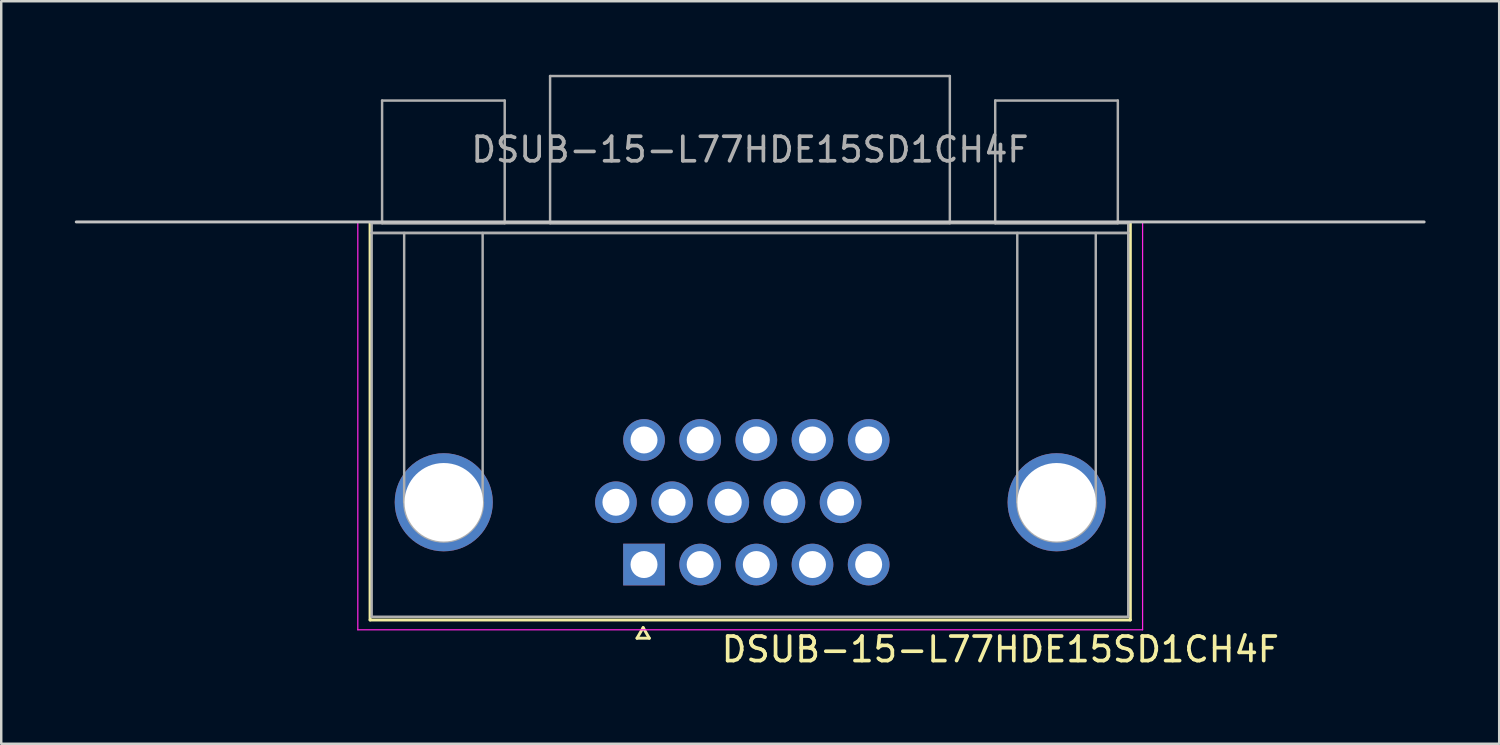
<source format=kicad_pcb>
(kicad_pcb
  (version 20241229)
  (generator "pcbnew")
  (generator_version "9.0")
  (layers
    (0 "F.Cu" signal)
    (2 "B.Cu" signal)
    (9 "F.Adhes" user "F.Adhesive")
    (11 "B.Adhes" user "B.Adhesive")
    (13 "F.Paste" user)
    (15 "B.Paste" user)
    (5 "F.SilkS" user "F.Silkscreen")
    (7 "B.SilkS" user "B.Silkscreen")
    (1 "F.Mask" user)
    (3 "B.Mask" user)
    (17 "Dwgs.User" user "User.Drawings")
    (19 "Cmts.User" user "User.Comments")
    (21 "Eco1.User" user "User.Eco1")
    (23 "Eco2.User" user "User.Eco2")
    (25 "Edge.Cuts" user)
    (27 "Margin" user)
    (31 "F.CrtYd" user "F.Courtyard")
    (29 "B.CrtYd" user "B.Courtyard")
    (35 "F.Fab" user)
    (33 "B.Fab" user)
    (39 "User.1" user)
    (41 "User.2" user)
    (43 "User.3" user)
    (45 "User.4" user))
  (footprint "DSUB-15-L77HDE15SD1CH4F"
    (layer "F.Cu")
    (at 27.54 6)
    (property "Reference" "DSUB-15-L77HDE15SD1CH4F" (at 10.2 17.43 180) (layer "F.SilkS") (effects (font (size 1 1) (thickness 0.15))))
    (attr through_hole)
    (fp_line (start -15.5 16.23) (end -15.5 0.03) (stroke (width 0.12) (type solid)) (layer "F.SilkS"))
    (fp_line (start -4.615 16.974) (end -4.365 16.541) (stroke (width 0.12) (type solid)) (layer "F.SilkS"))
    (fp_line (start -4.365 16.541) (end -4.115 16.974) (stroke (width 0.12) (type solid)) (layer "F.SilkS"))
    (fp_line (start -4.115 16.974) (end -4.615 16.974) (stroke (width 0.12) (type solid)) (layer "F.SilkS"))
    (fp_line (start 15.5 0.03) (end 15.5 16.23) (stroke (width 0.12) (type solid)) (layer "F.SilkS"))
    (fp_line (start 15.5 16.23) (end -15.5 16.23) (stroke (width 0.12) (type solid)) (layer "F.SilkS"))
    (fp_line (start 27.48 0) (end -27.48 0) (stroke (width 0.12) (type solid)) (layer "Dwgs.User"))
    (fp_line (start -16 0) (end -16 16.63) (stroke (width 0.05) (type solid)) (layer "F.CrtYd"))
    (fp_line (start -16 16.63) (end 16 16.63) (stroke (width 0.05) (type solid)) (layer "F.CrtYd"))
    (fp_line (start 16 0) (end -16 0) (stroke (width 0.05) (type solid)) (layer "F.CrtYd"))
    (fp_line (start 16 16.63) (end 16 0) (stroke (width 0.05) (type solid)) (layer "F.CrtYd"))
    (fp_line (start -15.435 0.05) (end -15.435 0.45) (stroke (width 0.1) (type solid)) (layer "F.Fab"))
    (fp_line (start -15.435 0.45) (end -15.435 16.1) (stroke (width 0.1) (type solid)) (layer "F.Fab"))
    (fp_line (start -15.435 0.45) (end 15.415 0.45) (stroke (width 0.1) (type solid)) (layer "F.Fab"))
    (fp_line (start -15.435 16.1) (end 15.415 16.1) (stroke (width 0.1) (type solid)) (layer "F.Fab"))
    (fp_line (start -15.01 -4.95) (end -15.01 0.05) (stroke (width 0.1) (type solid)) (layer "F.Fab"))
    (fp_line (start -15.01 0.05) (end -10.01 0.05) (stroke (width 0.1) (type solid)) (layer "F.Fab"))
    (fp_line (start -14.11 0.45) (end -14.11 11.43) (stroke (width 0.1) (type solid)) (layer "F.Fab"))
    (fp_line (start -10.91 0.45) (end -10.91 11.43) (stroke (width 0.1) (type solid)) (layer "F.Fab"))
    (fp_line (start -10.01 -4.95) (end -15.01 -4.95) (stroke (width 0.1) (type solid)) (layer "F.Fab"))
    (fp_line (start -10.01 0.05) (end -10.01 -4.95) (stroke (width 0.1) (type solid)) (layer "F.Fab"))
    (fp_line (start -8.16 -5.95) (end -8.16 0.05) (stroke (width 0.1) (type solid)) (layer "F.Fab"))
    (fp_line (start -8.16 0.05) (end 8.14 0.05) (stroke (width 0.1) (type solid)) (layer "F.Fab"))
    (fp_line (start 8.14 -5.95) (end -8.16 -5.95) (stroke (width 0.1) (type solid)) (layer "F.Fab"))
    (fp_line (start 8.14 0.05) (end 8.14 -5.95) (stroke (width 0.1) (type solid)) (layer "F.Fab"))
    (fp_line (start 9.99 -4.95) (end 9.99 0.05) (stroke (width 0.1) (type solid)) (layer "F.Fab"))
    (fp_line (start 9.99 0.05) (end 14.99 0.05) (stroke (width 0.1) (type solid)) (layer "F.Fab"))
    (fp_line (start 10.89 0.45) (end 10.89 11.43) (stroke (width 0.1) (type solid)) (layer "F.Fab"))
    (fp_line (start 14.09 0.45) (end 14.09 11.43) (stroke (width 0.1) (type solid)) (layer "F.Fab"))
    (fp_line (start 14.99 -4.95) (end 9.99 -4.95) (stroke (width 0.1) (type solid)) (layer "F.Fab"))
    (fp_line (start 14.99 0.05) (end 14.99 -4.95) (stroke (width 0.1) (type solid)) (layer "F.Fab"))
    (fp_line (start 15.415 0.05) (end -15.435 0.05) (stroke (width 0.1) (type solid)) (layer "F.Fab"))
    (fp_line (start 15.415 0.45) (end -15.435 0.45) (stroke (width 0.1) (type solid)) (layer "F.Fab"))
    (fp_line (start 15.415 0.45) (end 15.415 0.05) (stroke (width 0.1) (type solid)) (layer "F.Fab"))
    (fp_line (start 15.415 16.1) (end 15.415 0.45) (stroke (width 0.1) (type solid)) (layer "F.Fab"))
    (fp_arc (start -10.9 11.43) (mid -12.5 13.03) (end -14.1 11.43) (stroke (width 0.1) (type solid)) (layer "F.Fab"))
    (fp_arc (start 14.1 11.43) (mid 12.5 13.03) (end 10.9 11.43) (stroke (width 0.1) (type solid)) (layer "F.Fab"))
    (fp_text user "${REFERENCE}" (at -0.01 -2.95 180) (layer "F.Fab") (effects (font (size 1 1) (thickness 0.15))))
    (pad "0" thru_hole circle (at -12.495 11.43 180) (size 4 4) (drill 3.2) (layers "*.Cu" "*.Mask"))
    (pad "0" thru_hole circle (at 12.495 11.43 180) (size 4 4) (drill 3.2) (layers "*.Cu" "*.Mask"))
    (pad "1" thru_hole rect (at -4.33 13.97 180) (size 1.7 1.7) (drill 1.1) (layers "*.Cu" "*.Mask"))
    (pad "2" thru_hole circle (at -2.04 13.97 180) (size 1.7 1.7) (drill 1.1) (layers "*.Cu" "*.Mask"))
    (pad "3" thru_hole circle (at 0.25 13.97 180) (size 1.7 1.7) (drill 1.1) (layers "*.Cu" "*.Mask"))
    (pad "4" thru_hole circle (at 2.54 13.97 180) (size 1.7 1.7) (drill 1.1) (layers "*.Cu" "*.Mask"))
    (pad "5" thru_hole circle (at 4.83 13.97 180) (size 1.7 1.7) (drill 1.1) (layers "*.Cu" "*.Mask"))
    (pad "6" thru_hole circle (at -5.475 11.43 180) (size 1.7 1.7) (drill 1.1) (layers "*.Cu" "*.Mask"))
    (pad "7" thru_hole circle (at -3.185 11.43 180) (size 1.7 1.7) (drill 1.1) (layers "*.Cu" "*.Mask"))
    (pad "8" thru_hole circle (at -0.895 11.43 180) (size 1.7 1.7) (drill 1.1) (layers "*.Cu" "*.Mask"))
    (pad "9" thru_hole circle (at 1.395 11.43 180) (size 1.7 1.7) (drill 1.1) (layers "*.Cu" "*.Mask"))
    (pad "10" thru_hole circle (at 3.685 11.43 180) (size 1.7 1.7) (drill 1.1) (layers "*.Cu" "*.Mask"))
    (pad "11" thru_hole circle (at -4.33 8.89 180) (size 1.7 1.7) (drill 1.1) (layers "*.Cu" "*.Mask"))
    (pad "12" thru_hole circle (at -2.04 8.89 180) (size 1.7 1.7) (drill 1.1) (layers "*.Cu" "*.Mask"))
    (pad "13" thru_hole circle (at 0.25 8.89 180) (size 1.7 1.7) (drill 1.1) (layers "*.Cu" "*.Mask"))
    (pad "14" thru_hole circle (at 2.54 8.89 180) (size 1.7 1.7) (drill 1.1) (layers "*.Cu" "*.Mask"))
    (pad "15" thru_hole circle (at 4.83 8.89 180) (size 1.7 1.7) (drill 1.1) (layers "*.Cu" "*.Mask")))
  (gr_rect
    (start -3 -3)
    (end 58.08 27.278)
    (stroke (width 0.1) (type default))
    (fill no)
    (layer "Edge.Cuts")))
</source>
